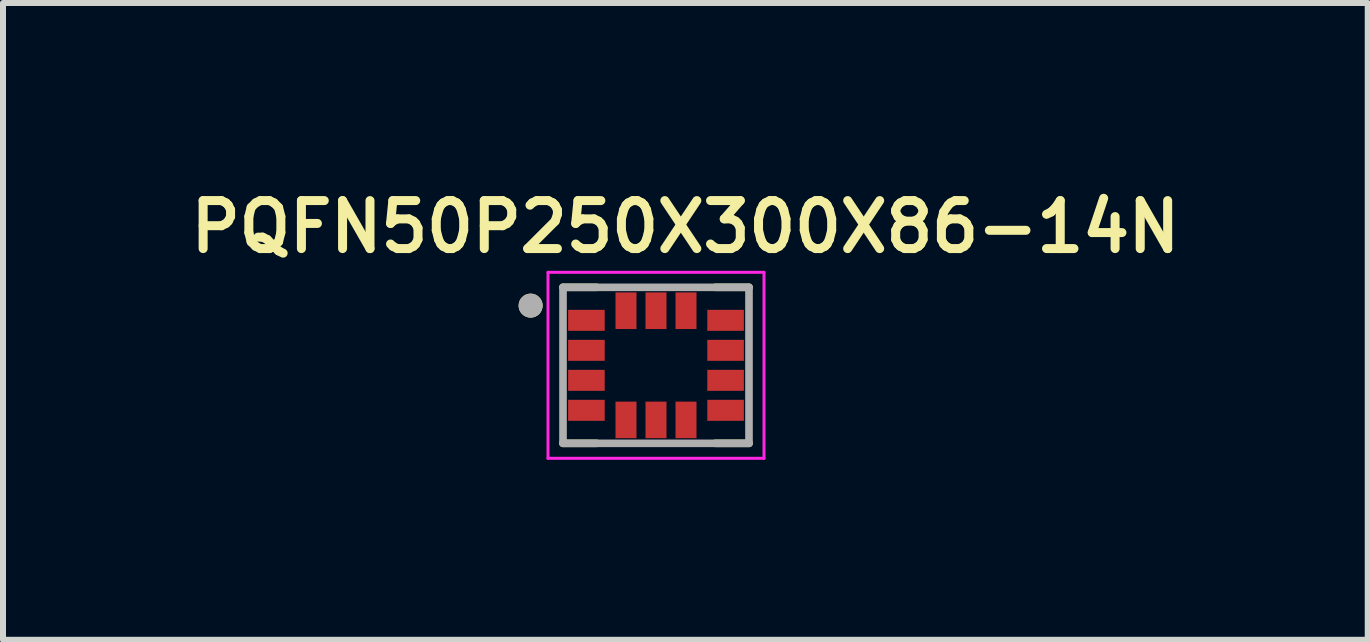
<source format=kicad_pcb>
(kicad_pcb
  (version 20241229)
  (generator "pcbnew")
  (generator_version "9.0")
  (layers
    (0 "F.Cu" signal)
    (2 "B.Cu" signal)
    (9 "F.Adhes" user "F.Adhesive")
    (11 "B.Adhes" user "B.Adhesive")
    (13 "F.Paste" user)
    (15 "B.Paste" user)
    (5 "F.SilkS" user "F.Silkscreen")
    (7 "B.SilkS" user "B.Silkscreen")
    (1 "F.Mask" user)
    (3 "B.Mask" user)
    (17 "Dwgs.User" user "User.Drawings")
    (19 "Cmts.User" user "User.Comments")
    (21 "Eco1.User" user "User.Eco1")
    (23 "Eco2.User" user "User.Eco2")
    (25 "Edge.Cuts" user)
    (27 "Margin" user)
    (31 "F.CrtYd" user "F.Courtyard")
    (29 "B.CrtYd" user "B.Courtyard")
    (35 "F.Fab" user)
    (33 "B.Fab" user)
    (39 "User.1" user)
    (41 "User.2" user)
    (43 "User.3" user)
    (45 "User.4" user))
  (footprint "PQFN50P250X300X86-14N"
    (layer "F.Cu")
    (at 7.884 3.039)
    (property "Reference" "PQFN50P250X300X86-14N" (at 0.49 -2.308 0) (layer "F.SilkS") (effects (font (size 0.8 0.8) (thickness 0.15))))
    (attr smd)
    (fp_poly (pts (xy -1.515 -0.975) (xy -0.805 -0.975) (xy -0.805 -0.525) (xy -1.515 -0.525)) (stroke (width 0.01) (type solid)) (fill yes) (layer "F.Mask"))
    (fp_poly (pts (xy -1.515 -0.475) (xy -0.805 -0.475) (xy -0.805 -0.025) (xy -1.515 -0.025)) (stroke (width 0.01) (type solid)) (fill yes) (layer "F.Mask"))
    (fp_poly (pts (xy -1.515 0.025) (xy -0.805 0.025) (xy -0.805 0.475) (xy -1.515 0.475)) (stroke (width 0.01) (type solid)) (fill yes) (layer "F.Mask"))
    (fp_poly (pts (xy -1.515 0.525) (xy -0.805 0.525) (xy -0.805 0.975) (xy -1.515 0.975)) (stroke (width 0.01) (type solid)) (fill yes) (layer "F.Mask"))
    (fp_poly (pts (xy -0.725 1.27) (xy -0.725 0.56) (xy -0.275 0.56) (xy -0.275 1.27)) (stroke (width 0.01) (type solid)) (fill yes) (layer "F.Mask"))
    (fp_poly (pts (xy -0.275 -1.27) (xy -0.275 -0.56) (xy -0.725 -0.56) (xy -0.725 -1.27)) (stroke (width 0.01) (type solid)) (fill yes) (layer "F.Mask"))
    (fp_poly (pts (xy -0.225 1.27) (xy -0.225 0.56) (xy 0.225 0.56) (xy 0.225 1.27)) (stroke (width 0.01) (type solid)) (fill yes) (layer "F.Mask"))
    (fp_poly (pts (xy 0.225 -1.27) (xy 0.225 -0.56) (xy -0.225 -0.56) (xy -0.225 -1.27)) (stroke (width 0.01) (type solid)) (fill yes) (layer "F.Mask"))
    (fp_poly (pts (xy 0.275 1.27) (xy 0.275 0.56) (xy 0.725 0.56) (xy 0.725 1.27)) (stroke (width 0.01) (type solid)) (fill yes) (layer "F.Mask"))
    (fp_poly (pts (xy 0.725 -1.27) (xy 0.725 -0.56) (xy 0.275 -0.56) (xy 0.275 -1.27)) (stroke (width 0.01) (type solid)) (fill yes) (layer "F.Mask"))
    (fp_poly (pts (xy 1.515 -0.525) (xy 0.805 -0.525) (xy 0.805 -0.975) (xy 1.515 -0.975)) (stroke (width 0.01) (type solid)) (fill yes) (layer "F.Mask"))
    (fp_poly (pts (xy 1.515 -0.025) (xy 0.805 -0.025) (xy 0.805 -0.475) (xy 1.515 -0.475)) (stroke (width 0.01) (type solid)) (fill yes) (layer "F.Mask"))
    (fp_poly (pts (xy 1.515 0.475) (xy 0.805 0.475) (xy 0.805 0.025) (xy 1.515 0.025)) (stroke (width 0.01) (type solid)) (fill yes) (layer "F.Mask"))
    (fp_poly (pts (xy 1.515 0.975) (xy 0.805 0.975) (xy 0.805 0.525) (xy 1.515 0.525)) (stroke (width 0.01) (type solid)) (fill yes) (layer "F.Mask"))
    (fp_line (start -1.55 1.3) (end -0.99 1.3) (stroke (width 0.127) (type solid)) (layer "F.SilkS"))
    (fp_line (start -0.99 -1.3) (end -1.55 -1.3) (stroke (width 0.127) (type solid)) (layer "F.SilkS"))
    (fp_line (start 0.99 -1.3) (end 1.55 -1.3) (stroke (width 0.127) (type solid)) (layer "F.SilkS"))
    (fp_line (start 0.99 1.3) (end 1.55 1.3) (stroke (width 0.127) (type solid)) (layer "F.SilkS"))
    (fp_circle (center -2.09 -0.995) (end -1.99 -0.995) (stroke (width 0.2) (type solid)) (fill no) (layer "F.SilkS"))
    (fp_line (start -1.8 -1.55) (end 1.8 -1.55) (stroke (width 0.05) (type solid)) (layer "F.CrtYd"))
    (fp_line (start -1.8 1.55) (end -1.8 -1.55) (stroke (width 0.05) (type solid)) (layer "F.CrtYd"))
    (fp_line (start 1.8 -1.55) (end 1.8 1.55) (stroke (width 0.05) (type solid)) (layer "F.CrtYd"))
    (fp_line (start 1.8 1.55) (end -1.8 1.55) (stroke (width 0.05) (type solid)) (layer "F.CrtYd"))
    (fp_line (start -1.55 -1.3) (end 1.55 -1.3) (stroke (width 0.127) (type solid)) (layer "F.Fab"))
    (fp_line (start -1.55 1.3) (end -1.55 -1.3) (stroke (width 0.127) (type solid)) (layer "F.Fab"))
    (fp_line (start 1.55 -1.3) (end 1.55 1.3) (stroke (width 0.127) (type solid)) (layer "F.Fab"))
    (fp_line (start 1.55 1.3) (end -1.55 1.3) (stroke (width 0.127) (type solid)) (layer "F.Fab"))
    (fp_circle (center -2.09 -0.995) (end -1.99 -0.995) (stroke (width 0.2) (type solid)) (fill no) (layer "F.Fab"))
    (pad "1" smd rect (at -1.16 -0.75) (size 0.61 0.35) (layers "F.Cu" "F.Paste"))
    (pad "2" smd rect (at -1.16 -0.25) (size 0.61 0.35) (layers "F.Cu" "F.Paste"))
    (pad "3" smd rect (at -1.16 0.25) (size 0.61 0.35) (layers "F.Cu" "F.Paste"))
    (pad "4" smd rect (at -1.16 0.75) (size 0.61 0.35) (layers "F.Cu" "F.Paste"))
    (pad "5" smd rect (at -0.5 0.91) (size 0.35 0.61) (layers "F.Cu" "F.Paste"))
    (pad "6" smd rect (at 0 0.91) (size 0.35 0.61) (layers "F.Cu" "F.Paste"))
    (pad "7" smd rect (at 0.5 0.91) (size 0.35 0.61) (layers "F.Cu" "F.Paste"))
    (pad "8" smd rect (at 1.16 0.75) (size 0.61 0.35) (layers "F.Cu" "F.Paste"))
    (pad "9" smd rect (at 1.16 0.25) (size 0.61 0.35) (layers "F.Cu" "F.Paste"))
    (pad "10" smd rect (at 1.16 -0.25) (size 0.61 0.35) (layers "F.Cu" "F.Paste"))
    (pad "11" smd rect (at 1.16 -0.75) (size 0.61 0.35) (layers "F.Cu" "F.Paste"))
    (pad "12" smd rect (at 0.5 -0.91) (size 0.35 0.61) (layers "F.Cu" "F.Paste"))
    (pad "13" smd rect (at 0 -0.91) (size 0.35 0.61) (layers "F.Cu" "F.Paste"))
    (pad "14" smd rect (at -0.5 -0.91) (size 0.35 0.61) (layers "F.Cu" "F.Paste")))
  (gr_rect
    (start -3 -3)
    (end 19.747 7.614)
    (stroke (width 0.1) (type default))
    (fill no)
    (layer "Edge.Cuts")))
</source>
